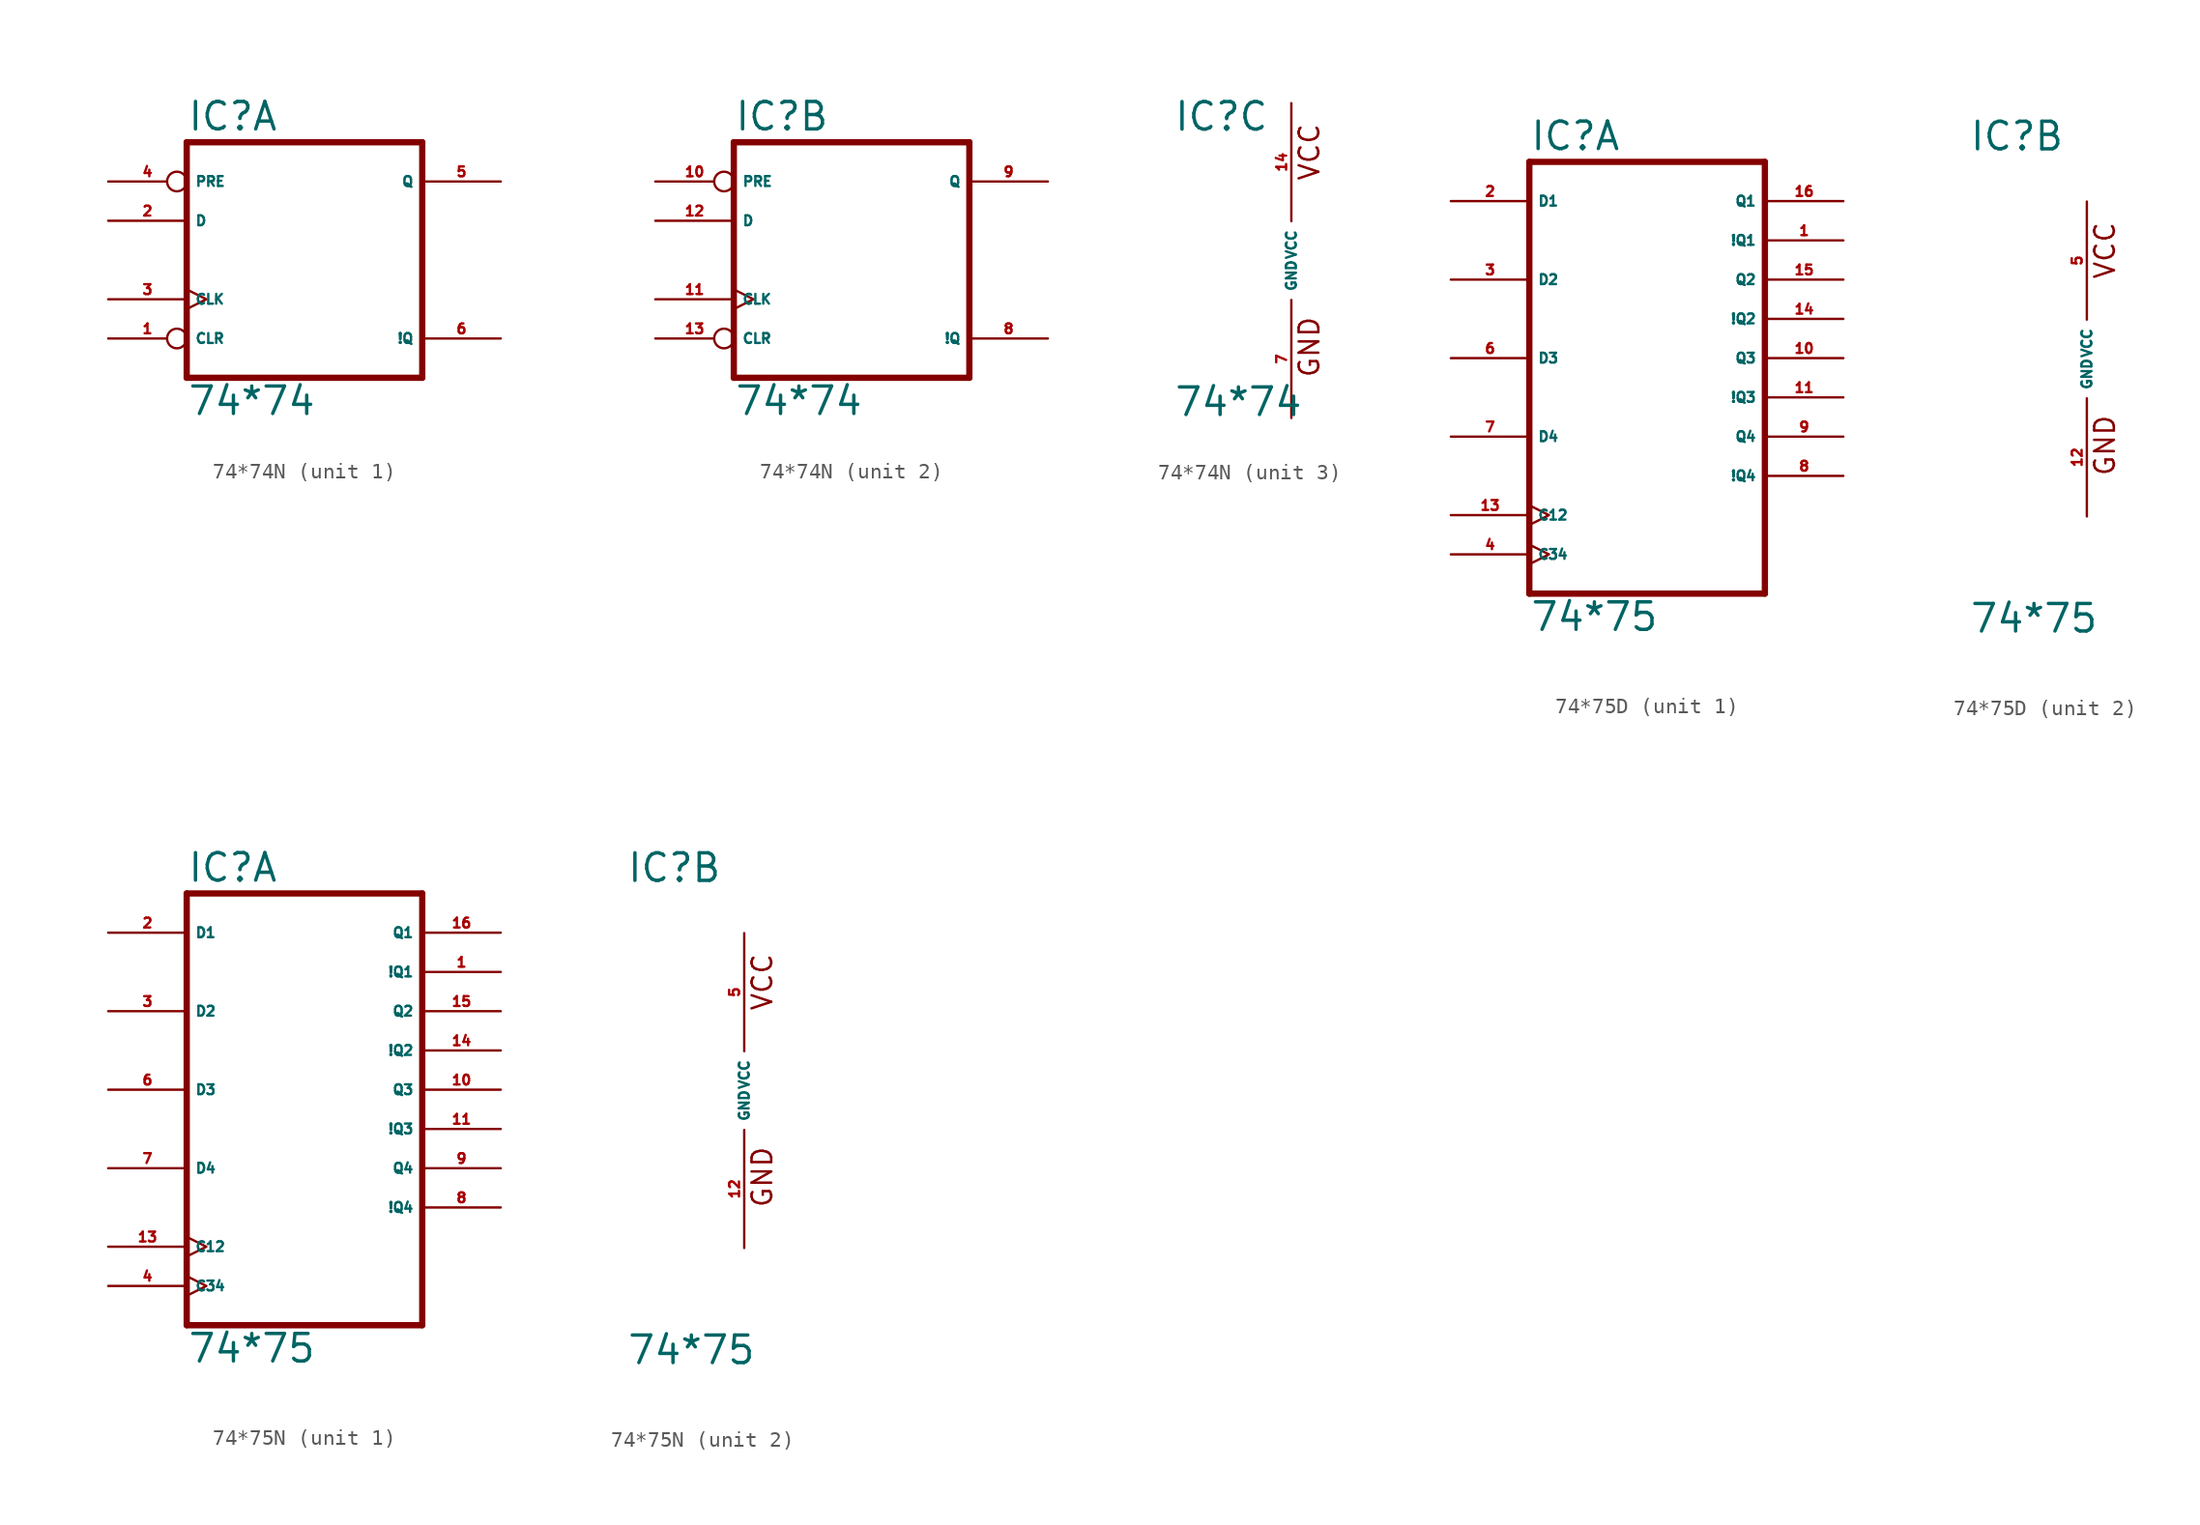
<source format=kicad_sym>
(kicad_symbol_lib
  (version 20220914)
  (generator Eagle2Kicad)
  (symbol "74*74N"
    (property "Reference" "IC"
      (at -7.62 8.255 0)
      (effects (font (size 1.778 1.778) (thickness 0.22)) (justify left bottom)))
    (property "Value" "74*74"
      (at -7.62 -10.16 0)
      (effects (font (size 1.778 1.778) (thickness 0.22)) (justify left bottom)))
    (symbol "74*74N_1_0"
      (polyline (pts (xy -7.62 -7.62) (xy 7.62 -7.62)) (stroke (width 0.406) (type default)) (fill (type none)))
      (polyline (pts (xy 7.62 -7.62) (xy 7.62 7.62)) (stroke (width 0.406) (type default)) (fill (type none)))
      (polyline (pts (xy 7.62 7.62) (xy -7.62 7.62)) (stroke (width 0.406) (type default)) (fill (type none)))
      (polyline (pts (xy -7.62 7.62) (xy -7.62 -7.62)) (stroke (width 0.406) (type default)) (fill (type none)))
      (pin input inverted (at -12.7 -5.08 0) (length 5.08) (name "CLR" (effects (font (size 0.635 0.635) (thickness 0.08)) (justify left bottom))) (number "1" (effects (font (size 0.635 0.635) (thickness 0.08)) (justify left bottom))))
      (pin input line (at -12.7 2.54 0) (length 5.08) (name "D" (effects (font (size 0.635 0.635) (thickness 0.08)) (justify left bottom))) (number "2" (effects (font (size 0.635 0.635) (thickness 0.08)) (justify left bottom))))
      (pin input clock (at -12.7 -2.54 0) (length 5.08) (name "CLK" (effects (font (size 0.635 0.635) (thickness 0.08)) (justify left bottom))) (number "3" (effects (font (size 0.635 0.635) (thickness 0.08)) (justify left bottom))))
      (pin input inverted (at -12.7 5.08 0) (length 5.08) (name "PRE" (effects (font (size 0.635 0.635) (thickness 0.08)) (justify left bottom))) (number "4" (effects (font (size 0.635 0.635) (thickness 0.08)) (justify left bottom))))
      (pin output line (at 12.7 5.08 180) (length 5.08) (name "Q" (effects (font (size 0.635 0.635) (thickness 0.08)) (justify left bottom))) (number "5" (effects (font (size 0.635 0.635) (thickness 0.08)) (justify left bottom))))
      (pin output line (at 12.7 -5.08 180) (length 5.08) (name "!Q" (effects (font (size 0.635 0.635) (thickness 0.08)) (justify left bottom))) (number "6" (effects (font (size 0.635 0.635) (thickness 0.08)) (justify left bottom)))))
    (symbol "74*74N_2_0"
      (polyline (pts (xy -7.62 -7.62) (xy 7.62 -7.62)) (stroke (width 0.406) (type default)) (fill (type none)))
      (polyline (pts (xy 7.62 -7.62) (xy 7.62 7.62)) (stroke (width 0.406) (type default)) (fill (type none)))
      (polyline (pts (xy 7.62 7.62) (xy -7.62 7.62)) (stroke (width 0.406) (type default)) (fill (type none)))
      (polyline (pts (xy -7.62 7.62) (xy -7.62 -7.62)) (stroke (width 0.406) (type default)) (fill (type none)))
      (pin input inverted (at -12.7 -5.08 0) (length 5.08) (name "CLR" (effects (font (size 0.635 0.635) (thickness 0.08)) (justify left bottom))) (number "13" (effects (font (size 0.635 0.635) (thickness 0.08)) (justify left bottom))))
      (pin input line (at -12.7 2.54 0) (length 5.08) (name "D" (effects (font (size 0.635 0.635) (thickness 0.08)) (justify left bottom))) (number "12" (effects (font (size 0.635 0.635) (thickness 0.08)) (justify left bottom))))
      (pin input clock (at -12.7 -2.54 0) (length 5.08) (name "CLK" (effects (font (size 0.635 0.635) (thickness 0.08)) (justify left bottom))) (number "11" (effects (font (size 0.635 0.635) (thickness 0.08)) (justify left bottom))))
      (pin input inverted (at -12.7 5.08 0) (length 5.08) (name "PRE" (effects (font (size 0.635 0.635) (thickness 0.08)) (justify left bottom))) (number "10" (effects (font (size 0.635 0.635) (thickness 0.08)) (justify left bottom))))
      (pin output line (at 12.7 5.08 180) (length 5.08) (name "Q" (effects (font (size 0.635 0.635) (thickness 0.08)) (justify left bottom))) (number "9" (effects (font (size 0.635 0.635) (thickness 0.08)) (justify left bottom))))
      (pin output line (at 12.7 -5.08 180) (length 5.08) (name "!Q" (effects (font (size 0.635 0.635) (thickness 0.08)) (justify left bottom))) (number "8" (effects (font (size 0.635 0.635) (thickness 0.08)) (justify left bottom)))))
    (symbol "74*74N_3_0"
      (text "GND" (at 1.905 -7.62 900) (effects (font (size 1.27 1.27) (thickness 0.16)) (justify left bottom)))
      (text "VCC" (at 1.905 5.08 900) (effects (font (size 1.27 1.27) (thickness 0.16)) (justify left bottom)))
      (pin unspecified line (at 0 -10.16 90) (length 7.62) (name "GND" (effects (font (size 0.635 0.635) (thickness 0.08)) (justify left bottom))) (number "7" (effects (font (size 0.635 0.635) (thickness 0.08)) (justify left bottom))))
      (pin unspecified line (at 0 10.16 270) (length 7.62) (name "VCC" (effects (font (size 0.635 0.635) (thickness 0.08)) (justify left bottom))) (number "14" (effects (font (size 0.635 0.635) (thickness 0.08)) (justify left bottom))))))
  (symbol "74*75D"
    (property "Reference" "IC"
      (at -7.62 13.335 0)
      (effects (font (size 1.778 1.778) (thickness 0.22)) (justify left bottom)))
    (property "Value" "74*75"
      (at -7.62 -17.78 0)
      (effects (font (size 1.778 1.778) (thickness 0.22)) (justify left bottom)))
    (symbol "74*75D_1_0"
      (polyline (pts (xy -7.62 -15.24) (xy 7.62 -15.24)) (stroke (width 0.406) (type default)) (fill (type none)))
      (polyline (pts (xy 7.62 -15.24) (xy 7.62 12.7)) (stroke (width 0.406) (type default)) (fill (type none)))
      (polyline (pts (xy 7.62 12.7) (xy -7.62 12.7)) (stroke (width 0.406) (type default)) (fill (type none)))
      (polyline (pts (xy -7.62 12.7) (xy -7.62 -15.24)) (stroke (width 0.406) (type default)) (fill (type none)))
      (pin output line (at 12.7 7.62 180) (length 5.08) (name "!Q1" (effects (font (size 0.635 0.635) (thickness 0.08)) (justify left bottom))) (number "1" (effects (font (size 0.635 0.635) (thickness 0.08)) (justify left bottom))))
      (pin input line (at -12.7 10.16 0) (length 5.08) (name "D1" (effects (font (size 0.635 0.635) (thickness 0.08)) (justify left bottom))) (number "2" (effects (font (size 0.635 0.635) (thickness 0.08)) (justify left bottom))))
      (pin input line (at -12.7 5.08 0) (length 5.08) (name "D2" (effects (font (size 0.635 0.635) (thickness 0.08)) (justify left bottom))) (number "3" (effects (font (size 0.635 0.635) (thickness 0.08)) (justify left bottom))))
      (pin input clock (at -12.7 -12.7 0) (length 5.08) (name "C34" (effects (font (size 0.635 0.635) (thickness 0.08)) (justify left bottom))) (number "4" (effects (font (size 0.635 0.635) (thickness 0.08)) (justify left bottom))))
      (pin input line (at -12.7 0 0) (length 5.08) (name "D3" (effects (font (size 0.635 0.635) (thickness 0.08)) (justify left bottom))) (number "6" (effects (font (size 0.635 0.635) (thickness 0.08)) (justify left bottom))))
      (pin input line (at -12.7 -5.08 0) (length 5.08) (name "D4" (effects (font (size 0.635 0.635) (thickness 0.08)) (justify left bottom))) (number "7" (effects (font (size 0.635 0.635) (thickness 0.08)) (justify left bottom))))
      (pin output line (at 12.7 -7.62 180) (length 5.08) (name "!Q4" (effects (font (size 0.635 0.635) (thickness 0.08)) (justify left bottom))) (number "8" (effects (font (size 0.635 0.635) (thickness 0.08)) (justify left bottom))))
      (pin output line (at 12.7 -5.08 180) (length 5.08) (name "Q4" (effects (font (size 0.635 0.635) (thickness 0.08)) (justify left bottom))) (number "9" (effects (font (size 0.635 0.635) (thickness 0.08)) (justify left bottom))))
      (pin output line (at 12.7 0 180) (length 5.08) (name "Q3" (effects (font (size 0.635 0.635) (thickness 0.08)) (justify left bottom))) (number "10" (effects (font (size 0.635 0.635) (thickness 0.08)) (justify left bottom))))
      (pin output line (at 12.7 -2.54 180) (length 5.08) (name "!Q3" (effects (font (size 0.635 0.635) (thickness 0.08)) (justify left bottom))) (number "11" (effects (font (size 0.635 0.635) (thickness 0.08)) (justify left bottom))))
      (pin input clock (at -12.7 -10.16 0) (length 5.08) (name "C12" (effects (font (size 0.635 0.635) (thickness 0.08)) (justify left bottom))) (number "13" (effects (font (size 0.635 0.635) (thickness 0.08)) (justify left bottom))))
      (pin output line (at 12.7 2.54 180) (length 5.08) (name "!Q2" (effects (font (size 0.635 0.635) (thickness 0.08)) (justify left bottom))) (number "14" (effects (font (size 0.635 0.635) (thickness 0.08)) (justify left bottom))))
      (pin output line (at 12.7 5.08 180) (length 5.08) (name "Q2" (effects (font (size 0.635 0.635) (thickness 0.08)) (justify left bottom))) (number "15" (effects (font (size 0.635 0.635) (thickness 0.08)) (justify left bottom))))
      (pin output line (at 12.7 10.16 180) (length 5.08) (name "Q1" (effects (font (size 0.635 0.635) (thickness 0.08)) (justify left bottom))) (number "16" (effects (font (size 0.635 0.635) (thickness 0.08)) (justify left bottom)))))
    (symbol "74*75D_2_0"
      (text "GND" (at 1.905 -7.62 900) (effects (font (size 1.27 1.27) (thickness 0.16)) (justify left bottom)))
      (text "VCC" (at 1.905 5.08 900) (effects (font (size 1.27 1.27) (thickness 0.16)) (justify left bottom)))
      (pin unspecified line (at 0 -10.16 90) (length 7.62) (name "GND" (effects (font (size 0.635 0.635) (thickness 0.08)) (justify left bottom))) (number "12" (effects (font (size 0.635 0.635) (thickness 0.08)) (justify left bottom))))
      (pin unspecified line (at 0 10.16 270) (length 7.62) (name "VCC" (effects (font (size 0.635 0.635) (thickness 0.08)) (justify left bottom))) (number "5" (effects (font (size 0.635 0.635) (thickness 0.08)) (justify left bottom))))))
  (symbol "74*75N"
    (property "Reference" "IC"
      (at -7.62 13.335 0)
      (effects (font (size 1.778 1.778) (thickness 0.22)) (justify left bottom)))
    (property "Value" "74*75"
      (at -7.62 -17.78 0)
      (effects (font (size 1.778 1.778) (thickness 0.22)) (justify left bottom)))
    (symbol "74*75N_1_0"
      (polyline (pts (xy -7.62 -15.24) (xy 7.62 -15.24)) (stroke (width 0.406) (type default)) (fill (type none)))
      (polyline (pts (xy 7.62 -15.24) (xy 7.62 12.7)) (stroke (width 0.406) (type default)) (fill (type none)))
      (polyline (pts (xy 7.62 12.7) (xy -7.62 12.7)) (stroke (width 0.406) (type default)) (fill (type none)))
      (polyline (pts (xy -7.62 12.7) (xy -7.62 -15.24)) (stroke (width 0.406) (type default)) (fill (type none)))
      (pin output line (at 12.7 7.62 180) (length 5.08) (name "!Q1" (effects (font (size 0.635 0.635) (thickness 0.08)) (justify left bottom))) (number "1" (effects (font (size 0.635 0.635) (thickness 0.08)) (justify left bottom))))
      (pin input line (at -12.7 10.16 0) (length 5.08) (name "D1" (effects (font (size 0.635 0.635) (thickness 0.08)) (justify left bottom))) (number "2" (effects (font (size 0.635 0.635) (thickness 0.08)) (justify left bottom))))
      (pin input line (at -12.7 5.08 0) (length 5.08) (name "D2" (effects (font (size 0.635 0.635) (thickness 0.08)) (justify left bottom))) (number "3" (effects (font (size 0.635 0.635) (thickness 0.08)) (justify left bottom))))
      (pin input clock (at -12.7 -12.7 0) (length 5.08) (name "C34" (effects (font (size 0.635 0.635) (thickness 0.08)) (justify left bottom))) (number "4" (effects (font (size 0.635 0.635) (thickness 0.08)) (justify left bottom))))
      (pin input line (at -12.7 0 0) (length 5.08) (name "D3" (effects (font (size 0.635 0.635) (thickness 0.08)) (justify left bottom))) (number "6" (effects (font (size 0.635 0.635) (thickness 0.08)) (justify left bottom))))
      (pin input line (at -12.7 -5.08 0) (length 5.08) (name "D4" (effects (font (size 0.635 0.635) (thickness 0.08)) (justify left bottom))) (number "7" (effects (font (size 0.635 0.635) (thickness 0.08)) (justify left bottom))))
      (pin output line (at 12.7 -7.62 180) (length 5.08) (name "!Q4" (effects (font (size 0.635 0.635) (thickness 0.08)) (justify left bottom))) (number "8" (effects (font (size 0.635 0.635) (thickness 0.08)) (justify left bottom))))
      (pin output line (at 12.7 -5.08 180) (length 5.08) (name "Q4" (effects (font (size 0.635 0.635) (thickness 0.08)) (justify left bottom))) (number "9" (effects (font (size 0.635 0.635) (thickness 0.08)) (justify left bottom))))
      (pin output line (at 12.7 0 180) (length 5.08) (name "Q3" (effects (font (size 0.635 0.635) (thickness 0.08)) (justify left bottom))) (number "10" (effects (font (size 0.635 0.635) (thickness 0.08)) (justify left bottom))))
      (pin output line (at 12.7 -2.54 180) (length 5.08) (name "!Q3" (effects (font (size 0.635 0.635) (thickness 0.08)) (justify left bottom))) (number "11" (effects (font (size 0.635 0.635) (thickness 0.08)) (justify left bottom))))
      (pin input clock (at -12.7 -10.16 0) (length 5.08) (name "C12" (effects (font (size 0.635 0.635) (thickness 0.08)) (justify left bottom))) (number "13" (effects (font (size 0.635 0.635) (thickness 0.08)) (justify left bottom))))
      (pin output line (at 12.7 2.54 180) (length 5.08) (name "!Q2" (effects (font (size 0.635 0.635) (thickness 0.08)) (justify left bottom))) (number "14" (effects (font (size 0.635 0.635) (thickness 0.08)) (justify left bottom))))
      (pin output line (at 12.7 5.08 180) (length 5.08) (name "Q2" (effects (font (size 0.635 0.635) (thickness 0.08)) (justify left bottom))) (number "15" (effects (font (size 0.635 0.635) (thickness 0.08)) (justify left bottom))))
      (pin output line (at 12.7 10.16 180) (length 5.08) (name "Q1" (effects (font (size 0.635 0.635) (thickness 0.08)) (justify left bottom))) (number "16" (effects (font (size 0.635 0.635) (thickness 0.08)) (justify left bottom)))))
    (symbol "74*75N_2_0"
      (text "GND" (at 1.905 -7.62 900) (effects (font (size 1.27 1.27) (thickness 0.16)) (justify left bottom)))
      (text "VCC" (at 1.905 5.08 900) (effects (font (size 1.27 1.27) (thickness 0.16)) (justify left bottom)))
      (pin unspecified line (at 0 -10.16 90) (length 7.62) (name "GND" (effects (font (size 0.635 0.635) (thickness 0.08)) (justify left bottom))) (number "12" (effects (font (size 0.635 0.635) (thickness 0.08)) (justify left bottom))))
      (pin unspecified line (at 0 10.16 270) (length 7.62) (name "VCC" (effects (font (size 0.635 0.635) (thickness 0.08)) (justify left bottom))) (number "5" (effects (font (size 0.635 0.635) (thickness 0.08)) (justify left bottom)))))))
</source>
